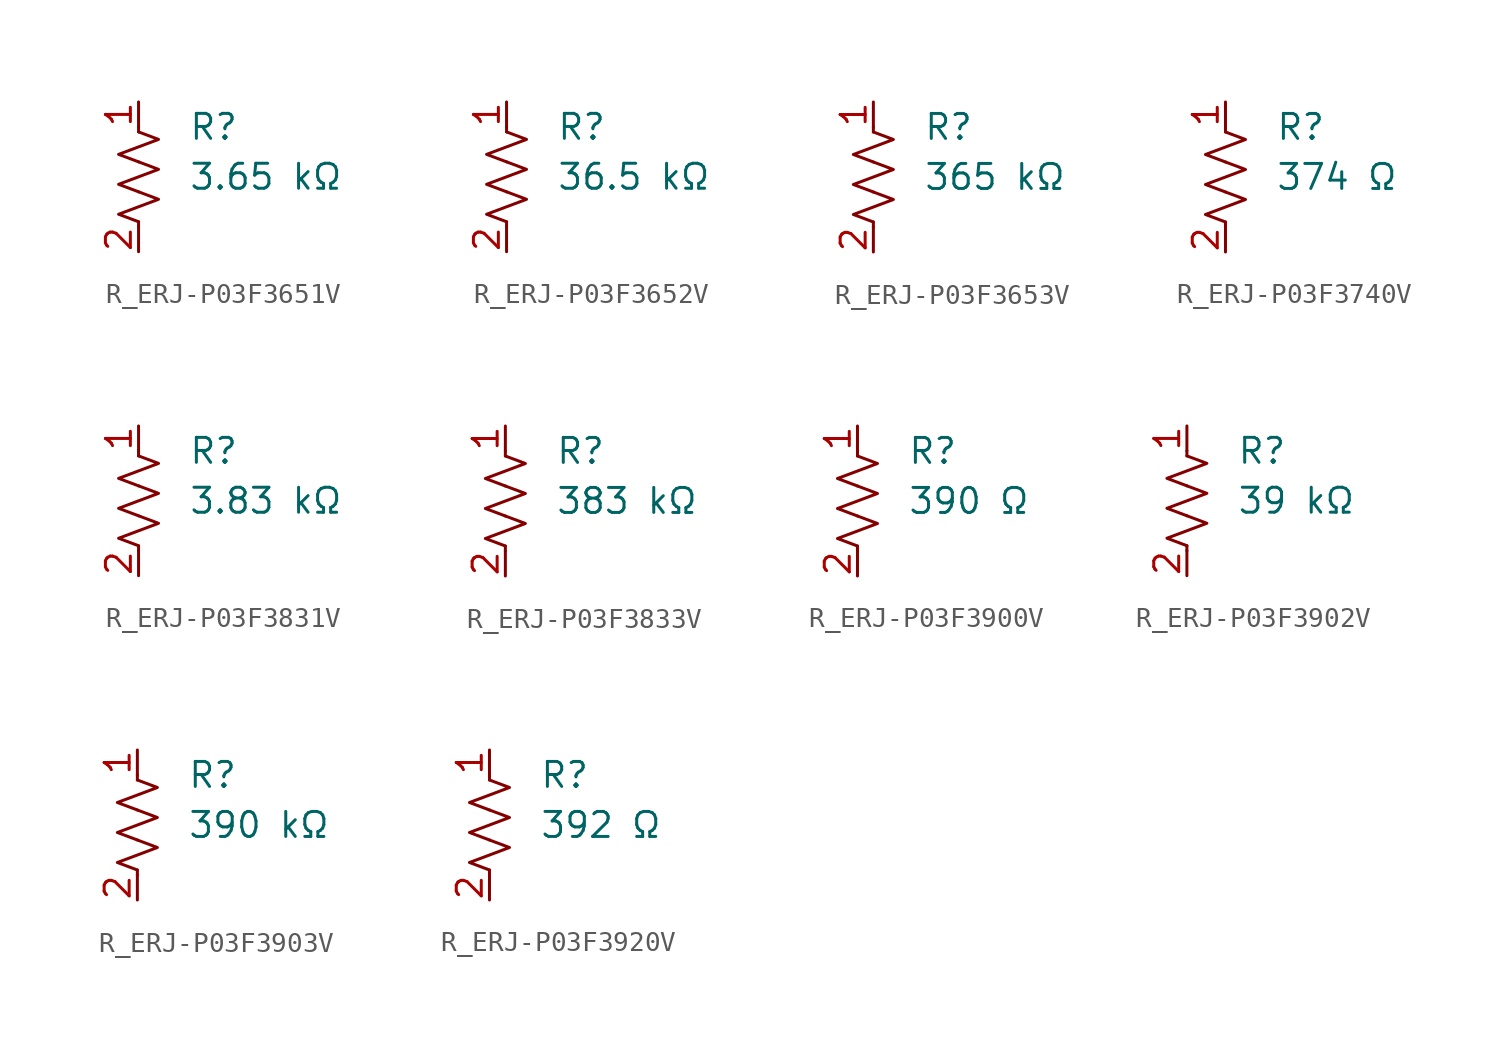
<source format=kicad_sym>
(kicad_symbol_lib
  (version 20231120)
  (generator "kicad_symbol_editor")
  (generator_version "8.0")
  (symbol "R_ERJ-P03F3651V"
    (pin_names
      (offset 0.254))
    (property "Value" "3.65 kΩ"
      (at 2.54 0 0)
      (effects (font (size 1.27 1.27)) (justify left)))
    (property "Reference" "R"
      (at 2.54 2.54 0)
      (effects (font (size 1.27 1.27)) (justify left)))
    (symbol "R_ERJ-P03F3651V_0_1"
      (polyline (pts (xy 0 -2.286) (xy 0 -2.54)) (stroke (width 0) (type default)) (fill (type none)))
      (polyline (pts (xy 0 2.286) (xy 0 2.54)) (stroke (width 0) (type default)) (fill (type none)))
      (polyline (pts (xy 0 -0.762) (xy 1.016 -1.143) (xy 0 -1.524) (xy -1.016 -1.905) (xy 0 -2.286)) (stroke (width 0) (type default)) (fill (type none)))
      (polyline (pts (xy 0 0.762) (xy 1.016 0.381) (xy 0 0) (xy -1.016 -0.381) (xy 0 -0.762)) (stroke (width 0) (type default)) (fill (type none)))
      (polyline (pts (xy 0 2.286) (xy 1.016 1.905) (xy 0 1.524) (xy -1.016 1.143) (xy 0 0.762)) (stroke (width 0) (type default)) (fill (type none))))
    (symbol "R_ERJ-P03F3651V_1_1"
      (pin passive line (at 0 3.81 270) (length 1.27) (name "~" (effects (font (size 1.27 1.27)))) (number "1" (effects (font (size 1.27 1.27)))))
      (pin passive line (at 0 -3.81 90) (length 1.27) (name "~" (effects (font (size 1.27 1.27)))) (number "2" (effects (font (size 1.27 1.27)))))))
  (symbol "R_ERJ-P03F3652V"
    (pin_names
      (offset 0.254))
    (property "Value" "36.5 kΩ"
      (at 2.54 0 0)
      (effects (font (size 1.27 1.27)) (justify left)))
    (property "Reference" "R"
      (at 2.54 2.54 0)
      (effects (font (size 1.27 1.27)) (justify left)))
    (symbol "R_ERJ-P03F3652V_0_1"
      (polyline (pts (xy 0 -2.286) (xy 0 -2.54)) (stroke (width 0) (type default)) (fill (type none)))
      (polyline (pts (xy 0 2.286) (xy 0 2.54)) (stroke (width 0) (type default)) (fill (type none)))
      (polyline (pts (xy 0 -0.762) (xy 1.016 -1.143) (xy 0 -1.524) (xy -1.016 -1.905) (xy 0 -2.286)) (stroke (width 0) (type default)) (fill (type none)))
      (polyline (pts (xy 0 0.762) (xy 1.016 0.381) (xy 0 0) (xy -1.016 -0.381) (xy 0 -0.762)) (stroke (width 0) (type default)) (fill (type none)))
      (polyline (pts (xy 0 2.286) (xy 1.016 1.905) (xy 0 1.524) (xy -1.016 1.143) (xy 0 0.762)) (stroke (width 0) (type default)) (fill (type none))))
    (symbol "R_ERJ-P03F3652V_1_1"
      (pin passive line (at 0 3.81 270) (length 1.27) (name "~" (effects (font (size 1.27 1.27)))) (number "1" (effects (font (size 1.27 1.27)))))
      (pin passive line (at 0 -3.81 90) (length 1.27) (name "~" (effects (font (size 1.27 1.27)))) (number "2" (effects (font (size 1.27 1.27)))))))
  (symbol "R_ERJ-P03F3653V"
    (pin_names
      (offset 0.254))
    (property "Value" "365 kΩ"
      (at 2.54 0 0)
      (effects (font (size 1.27 1.27)) (justify left)))
    (property "Reference" "R"
      (at 2.54 2.54 0)
      (effects (font (size 1.27 1.27)) (justify left)))
    (symbol "R_ERJ-P03F3653V_0_1"
      (polyline (pts (xy 0 -2.286) (xy 0 -2.54)) (stroke (width 0) (type default)) (fill (type none)))
      (polyline (pts (xy 0 2.286) (xy 0 2.54)) (stroke (width 0) (type default)) (fill (type none)))
      (polyline (pts (xy 0 -0.762) (xy 1.016 -1.143) (xy 0 -1.524) (xy -1.016 -1.905) (xy 0 -2.286)) (stroke (width 0) (type default)) (fill (type none)))
      (polyline (pts (xy 0 0.762) (xy 1.016 0.381) (xy 0 0) (xy -1.016 -0.381) (xy 0 -0.762)) (stroke (width 0) (type default)) (fill (type none)))
      (polyline (pts (xy 0 2.286) (xy 1.016 1.905) (xy 0 1.524) (xy -1.016 1.143) (xy 0 0.762)) (stroke (width 0) (type default)) (fill (type none))))
    (symbol "R_ERJ-P03F3653V_1_1"
      (pin passive line (at 0 3.81 270) (length 1.27) (name "~" (effects (font (size 1.27 1.27)))) (number "1" (effects (font (size 1.27 1.27)))))
      (pin passive line (at 0 -3.81 90) (length 1.27) (name "~" (effects (font (size 1.27 1.27)))) (number "2" (effects (font (size 1.27 1.27)))))))
  (symbol "R_ERJ-P03F3740V"
    (pin_names
      (offset 0.254))
    (property "Value" "374 Ω"
      (at 2.54 0 0)
      (effects (font (size 1.27 1.27)) (justify left)))
    (property "Reference" "R"
      (at 2.54 2.54 0)
      (effects (font (size 1.27 1.27)) (justify left)))
    (symbol "R_ERJ-P03F3740V_0_1"
      (polyline (pts (xy 0 -2.286) (xy 0 -2.54)) (stroke (width 0) (type default)) (fill (type none)))
      (polyline (pts (xy 0 2.286) (xy 0 2.54)) (stroke (width 0) (type default)) (fill (type none)))
      (polyline (pts (xy 0 -0.762) (xy 1.016 -1.143) (xy 0 -1.524) (xy -1.016 -1.905) (xy 0 -2.286)) (stroke (width 0) (type default)) (fill (type none)))
      (polyline (pts (xy 0 0.762) (xy 1.016 0.381) (xy 0 0) (xy -1.016 -0.381) (xy 0 -0.762)) (stroke (width 0) (type default)) (fill (type none)))
      (polyline (pts (xy 0 2.286) (xy 1.016 1.905) (xy 0 1.524) (xy -1.016 1.143) (xy 0 0.762)) (stroke (width 0) (type default)) (fill (type none))))
    (symbol "R_ERJ-P03F3740V_1_1"
      (pin passive line (at 0 3.81 270) (length 1.27) (name "~" (effects (font (size 1.27 1.27)))) (number "1" (effects (font (size 1.27 1.27)))))
      (pin passive line (at 0 -3.81 90) (length 1.27) (name "~" (effects (font (size 1.27 1.27)))) (number "2" (effects (font (size 1.27 1.27)))))))
  (symbol "R_ERJ-P03F3831V"
    (pin_names
      (offset 0.254))
    (property "Value" "3.83 kΩ"
      (at 2.54 0 0)
      (effects (font (size 1.27 1.27)) (justify left)))
    (property "Reference" "R"
      (at 2.54 2.54 0)
      (effects (font (size 1.27 1.27)) (justify left)))
    (symbol "R_ERJ-P03F3831V_0_1"
      (polyline (pts (xy 0 -2.286) (xy 0 -2.54)) (stroke (width 0) (type default)) (fill (type none)))
      (polyline (pts (xy 0 2.286) (xy 0 2.54)) (stroke (width 0) (type default)) (fill (type none)))
      (polyline (pts (xy 0 -0.762) (xy 1.016 -1.143) (xy 0 -1.524) (xy -1.016 -1.905) (xy 0 -2.286)) (stroke (width 0) (type default)) (fill (type none)))
      (polyline (pts (xy 0 0.762) (xy 1.016 0.381) (xy 0 0) (xy -1.016 -0.381) (xy 0 -0.762)) (stroke (width 0) (type default)) (fill (type none)))
      (polyline (pts (xy 0 2.286) (xy 1.016 1.905) (xy 0 1.524) (xy -1.016 1.143) (xy 0 0.762)) (stroke (width 0) (type default)) (fill (type none))))
    (symbol "R_ERJ-P03F3831V_1_1"
      (pin passive line (at 0 3.81 270) (length 1.27) (name "~" (effects (font (size 1.27 1.27)))) (number "1" (effects (font (size 1.27 1.27)))))
      (pin passive line (at 0 -3.81 90) (length 1.27) (name "~" (effects (font (size 1.27 1.27)))) (number "2" (effects (font (size 1.27 1.27)))))))
  (symbol "R_ERJ-P03F3833V"
    (pin_names
      (offset 0.254))
    (property "Value" "383 kΩ"
      (at 2.54 0 0)
      (effects (font (size 1.27 1.27)) (justify left)))
    (property "Reference" "R"
      (at 2.54 2.54 0)
      (effects (font (size 1.27 1.27)) (justify left)))
    (symbol "R_ERJ-P03F3833V_0_1"
      (polyline (pts (xy 0 -2.286) (xy 0 -2.54)) (stroke (width 0) (type default)) (fill (type none)))
      (polyline (pts (xy 0 2.286) (xy 0 2.54)) (stroke (width 0) (type default)) (fill (type none)))
      (polyline (pts (xy 0 -0.762) (xy 1.016 -1.143) (xy 0 -1.524) (xy -1.016 -1.905) (xy 0 -2.286)) (stroke (width 0) (type default)) (fill (type none)))
      (polyline (pts (xy 0 0.762) (xy 1.016 0.381) (xy 0 0) (xy -1.016 -0.381) (xy 0 -0.762)) (stroke (width 0) (type default)) (fill (type none)))
      (polyline (pts (xy 0 2.286) (xy 1.016 1.905) (xy 0 1.524) (xy -1.016 1.143) (xy 0 0.762)) (stroke (width 0) (type default)) (fill (type none))))
    (symbol "R_ERJ-P03F3833V_1_1"
      (pin passive line (at 0 3.81 270) (length 1.27) (name "~" (effects (font (size 1.27 1.27)))) (number "1" (effects (font (size 1.27 1.27)))))
      (pin passive line (at 0 -3.81 90) (length 1.27) (name "~" (effects (font (size 1.27 1.27)))) (number "2" (effects (font (size 1.27 1.27)))))))
  (symbol "R_ERJ-P03F3900V"
    (pin_names
      (offset 0.254))
    (property "Value" "390 Ω"
      (at 2.54 0 0)
      (effects (font (size 1.27 1.27)) (justify left)))
    (property "Reference" "R"
      (at 2.54 2.54 0)
      (effects (font (size 1.27 1.27)) (justify left)))
    (symbol "R_ERJ-P03F3900V_0_1"
      (polyline (pts (xy 0 -2.286) (xy 0 -2.54)) (stroke (width 0) (type default)) (fill (type none)))
      (polyline (pts (xy 0 2.286) (xy 0 2.54)) (stroke (width 0) (type default)) (fill (type none)))
      (polyline (pts (xy 0 -0.762) (xy 1.016 -1.143) (xy 0 -1.524) (xy -1.016 -1.905) (xy 0 -2.286)) (stroke (width 0) (type default)) (fill (type none)))
      (polyline (pts (xy 0 0.762) (xy 1.016 0.381) (xy 0 0) (xy -1.016 -0.381) (xy 0 -0.762)) (stroke (width 0) (type default)) (fill (type none)))
      (polyline (pts (xy 0 2.286) (xy 1.016 1.905) (xy 0 1.524) (xy -1.016 1.143) (xy 0 0.762)) (stroke (width 0) (type default)) (fill (type none))))
    (symbol "R_ERJ-P03F3900V_1_1"
      (pin passive line (at 0 3.81 270) (length 1.27) (name "~" (effects (font (size 1.27 1.27)))) (number "1" (effects (font (size 1.27 1.27)))))
      (pin passive line (at 0 -3.81 90) (length 1.27) (name "~" (effects (font (size 1.27 1.27)))) (number "2" (effects (font (size 1.27 1.27)))))))
  (symbol "R_ERJ-P03F3902V"
    (pin_names
      (offset 0.254))
    (property "Value" "39 kΩ"
      (at 2.54 0 0)
      (effects (font (size 1.27 1.27)) (justify left)))
    (property "Reference" "R"
      (at 2.54 2.54 0)
      (effects (font (size 1.27 1.27)) (justify left)))
    (symbol "R_ERJ-P03F3902V_0_1"
      (polyline (pts (xy 0 -2.286) (xy 0 -2.54)) (stroke (width 0) (type default)) (fill (type none)))
      (polyline (pts (xy 0 2.286) (xy 0 2.54)) (stroke (width 0) (type default)) (fill (type none)))
      (polyline (pts (xy 0 -0.762) (xy 1.016 -1.143) (xy 0 -1.524) (xy -1.016 -1.905) (xy 0 -2.286)) (stroke (width 0) (type default)) (fill (type none)))
      (polyline (pts (xy 0 0.762) (xy 1.016 0.381) (xy 0 0) (xy -1.016 -0.381) (xy 0 -0.762)) (stroke (width 0) (type default)) (fill (type none)))
      (polyline (pts (xy 0 2.286) (xy 1.016 1.905) (xy 0 1.524) (xy -1.016 1.143) (xy 0 0.762)) (stroke (width 0) (type default)) (fill (type none))))
    (symbol "R_ERJ-P03F3902V_1_1"
      (pin passive line (at 0 3.81 270) (length 1.27) (name "~" (effects (font (size 1.27 1.27)))) (number "1" (effects (font (size 1.27 1.27)))))
      (pin passive line (at 0 -3.81 90) (length 1.27) (name "~" (effects (font (size 1.27 1.27)))) (number "2" (effects (font (size 1.27 1.27)))))))
  (symbol "R_ERJ-P03F3903V"
    (pin_names
      (offset 0.254))
    (property "Value" "390 kΩ"
      (at 2.54 0 0)
      (effects (font (size 1.27 1.27)) (justify left)))
    (property "Reference" "R"
      (at 2.54 2.54 0)
      (effects (font (size 1.27 1.27)) (justify left)))
    (symbol "R_ERJ-P03F3903V_0_1"
      (polyline (pts (xy 0 -2.286) (xy 0 -2.54)) (stroke (width 0) (type default)) (fill (type none)))
      (polyline (pts (xy 0 2.286) (xy 0 2.54)) (stroke (width 0) (type default)) (fill (type none)))
      (polyline (pts (xy 0 -0.762) (xy 1.016 -1.143) (xy 0 -1.524) (xy -1.016 -1.905) (xy 0 -2.286)) (stroke (width 0) (type default)) (fill (type none)))
      (polyline (pts (xy 0 0.762) (xy 1.016 0.381) (xy 0 0) (xy -1.016 -0.381) (xy 0 -0.762)) (stroke (width 0) (type default)) (fill (type none)))
      (polyline (pts (xy 0 2.286) (xy 1.016 1.905) (xy 0 1.524) (xy -1.016 1.143) (xy 0 0.762)) (stroke (width 0) (type default)) (fill (type none))))
    (symbol "R_ERJ-P03F3903V_1_1"
      (pin passive line (at 0 3.81 270) (length 1.27) (name "~" (effects (font (size 1.27 1.27)))) (number "1" (effects (font (size 1.27 1.27)))))
      (pin passive line (at 0 -3.81 90) (length 1.27) (name "~" (effects (font (size 1.27 1.27)))) (number "2" (effects (font (size 1.27 1.27)))))))
  (symbol "R_ERJ-P03F3920V"
    (pin_names
      (offset 0.254))
    (property "Value" "392 Ω"
      (at 2.54 0 0)
      (effects (font (size 1.27 1.27)) (justify left)))
    (property "Reference" "R"
      (at 2.54 2.54 0)
      (effects (font (size 1.27 1.27)) (justify left)))
    (symbol "R_ERJ-P03F3920V_0_1"
      (polyline (pts (xy 0 -2.286) (xy 0 -2.54)) (stroke (width 0) (type default)) (fill (type none)))
      (polyline (pts (xy 0 2.286) (xy 0 2.54)) (stroke (width 0) (type default)) (fill (type none)))
      (polyline (pts (xy 0 -0.762) (xy 1.016 -1.143) (xy 0 -1.524) (xy -1.016 -1.905) (xy 0 -2.286)) (stroke (width 0) (type default)) (fill (type none)))
      (polyline (pts (xy 0 0.762) (xy 1.016 0.381) (xy 0 0) (xy -1.016 -0.381) (xy 0 -0.762)) (stroke (width 0) (type default)) (fill (type none)))
      (polyline (pts (xy 0 2.286) (xy 1.016 1.905) (xy 0 1.524) (xy -1.016 1.143) (xy 0 0.762)) (stroke (width 0) (type default)) (fill (type none))))
    (symbol "R_ERJ-P03F3920V_1_1"
      (pin passive line (at 0 3.81 270) (length 1.27) (name "~" (effects (font (size 1.27 1.27)))) (number "1" (effects (font (size 1.27 1.27)))))
      (pin passive line (at 0 -3.81 90) (length 1.27) (name "~" (effects (font (size 1.27 1.27)))) (number "2" (effects (font (size 1.27 1.27))))))))
</source>
